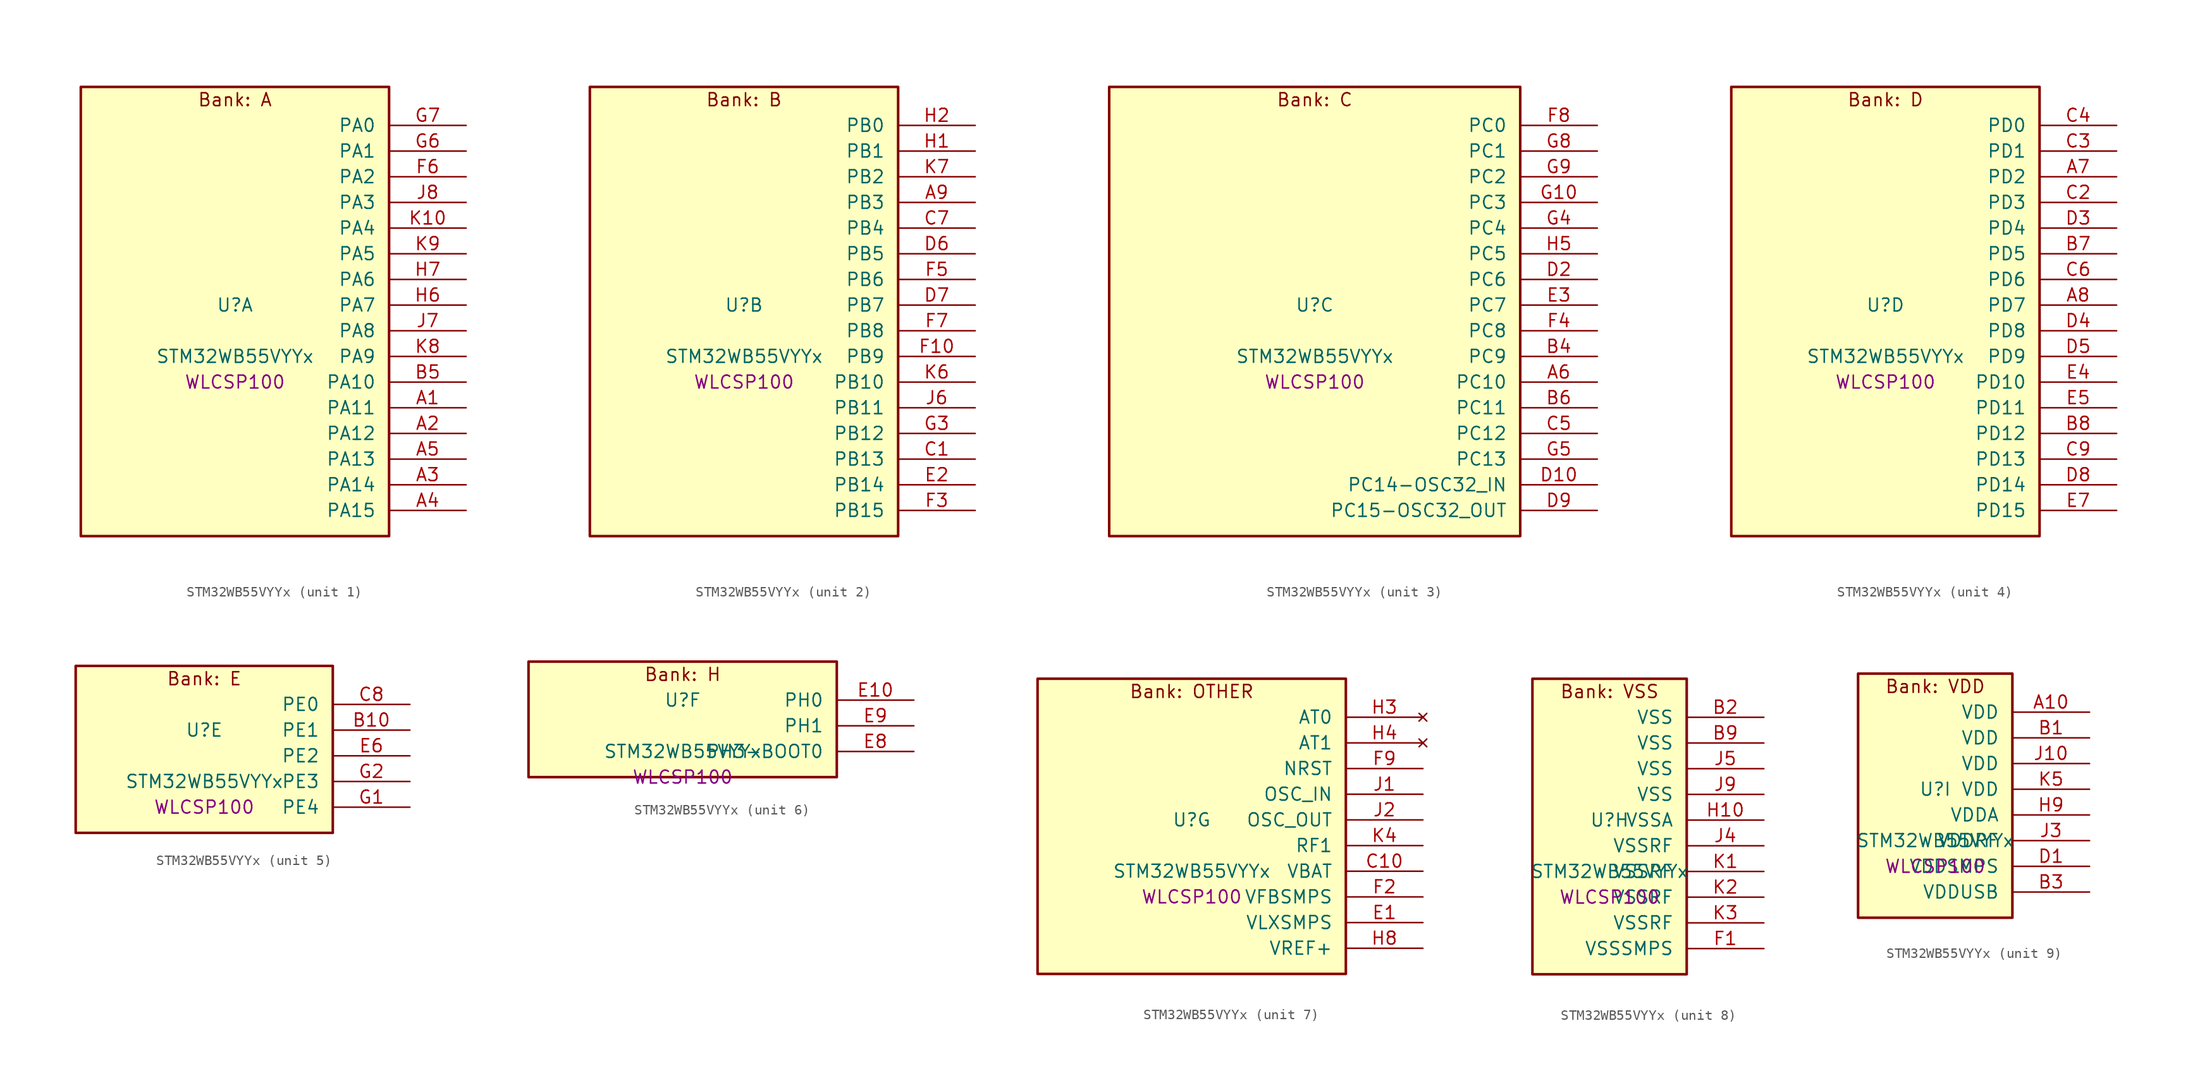
<source format=kicad_sym>
(kicad_symbol_lib
  (version 20241209)
  (generator "stm32_pkl_generator")
  (generator_version "1.0")
  (symbol "STM32WB55VYYx"
    (pin_names
      (offset 1.27))
    (property "Reference" "U"
      (at 0 2.54 0))
    (property "Value" "STM32WB55VYYx"
      (at 0 -2.54 0))
    (property "Footprint" "WLCSP100"
      (at 0 -5.08 0))
    (symbol "STM32WB55VYYx_1_1"
      (rectangle (start -15.24 24.13) (end 15.24 -20.32) (stroke (width 0.254) (type solid)) (fill (type background)))
      (text "Bank: A" (at 0 22.86 0))
      (pin bidirectional line (at 22.86 20.32 180) (length 7.62) (name "PA0") (number "G7") (alternate "PA0/ADC1_IN5" bidirectional line) (alternate "PA0/COMP1_INM" bidirectional line) (alternate "PA0/COMP1_OUT" bidirectional line) (alternate "PA0/RTC_TAMP2" bidirectional line) (alternate "PA0/SAI1_EXTCLK" bidirectional line) (alternate "PA0/SYS_WKUP1" bidirectional line) (alternate "PA0/TIM2_CH1" bidirectional line) (alternate "PA0/TIM2_ETR" bidirectional line))
      (pin bidirectional line (at 22.86 17.78 180) (length 7.62) (name "PA1") (number "G6") (alternate "PA1/ADC1_IN6" bidirectional line) (alternate "PA1/COMP1_INP" bidirectional line) (alternate "PA1/I2C1_SMBA" bidirectional line) (alternate "PA1/LCD_SEG0" bidirectional line) (alternate "PA1/SPI1_SCK" bidirectional line) (alternate "PA1/TIM2_CH2" bidirectional line))
      (pin bidirectional line (at 22.86 15.24 180) (length 7.62) (name "PA2") (number "F6") (alternate "PA2/ADC1_IN7" bidirectional line) (alternate "PA2/COMP2_INM" bidirectional line) (alternate "PA2/COMP2_OUT" bidirectional line) (alternate "PA2/LCD_SEG1" bidirectional line) (alternate "PA2/LPUART1_TX" bidirectional line) (alternate "PA2/QUADSPI_BK1_NCS" bidirectional line) (alternate "PA2/RCC_LSCO" bidirectional line) (alternate "PA2/SYS_WKUP4" bidirectional line) (alternate "PA2/TIM2_CH3" bidirectional line))
      (pin bidirectional line (at 22.86 12.7 180) (length 7.62) (name "PA3") (number "J8") (alternate "PA3/ADC1_IN8" bidirectional line) (alternate "PA3/COMP2_INP" bidirectional line) (alternate "PA3/LCD_SEG2" bidirectional line) (alternate "PA3/LPUART1_RX" bidirectional line) (alternate "PA3/QUADSPI_CLK" bidirectional line) (alternate "PA3/SAI1_CK1" bidirectional line) (alternate "PA3/SAI1_MCLK_A" bidirectional line) (alternate "PA3/TIM2_CH4" bidirectional line))
      (pin bidirectional line (at 22.86 10.16 180) (length 7.62) (name "PA4") (number "K10") (alternate "PA4/ADC1_IN9" bidirectional line) (alternate "PA4/COMP1_INM" bidirectional line) (alternate "PA4/COMP2_INM" bidirectional line) (alternate "PA4/LCD_SEG5" bidirectional line) (alternate "PA4/LPTIM2_OUT" bidirectional line) (alternate "PA4/SAI1_FS_B" bidirectional line) (alternate "PA4/SPI1_NSS" bidirectional line))
      (pin bidirectional line (at 22.86 7.62 180) (length 7.62) (name "PA5") (number "K9") (alternate "PA5/ADC1_IN10" bidirectional line) (alternate "PA5/COMP1_INM" bidirectional line) (alternate "PA5/COMP2_INM" bidirectional line) (alternate "PA5/LPTIM2_ETR" bidirectional line) (alternate "PA5/SAI1_SD_B" bidirectional line) (alternate "PA5/SPI1_SCK" bidirectional line) (alternate "PA5/TIM2_CH1" bidirectional line) (alternate "PA5/TIM2_ETR" bidirectional line))
      (pin bidirectional line (at 22.86 5.08 180) (length 7.62) (name "PA6") (number "H7") (alternate "PA6/ADC1_IN11" bidirectional line) (alternate "PA6/LCD_SEG3" bidirectional line) (alternate "PA6/LPUART1_CTS" bidirectional line) (alternate "PA6/QUADSPI_BK1_IO3" bidirectional line) (alternate "PA6/SPI1_MISO" bidirectional line) (alternate "PA6/TIM16_CH1" bidirectional line) (alternate "PA6/TIM1_BKIN" bidirectional line))
      (pin bidirectional line (at 22.86 2.54 180) (length 7.62) (name "PA7") (number "H6") (alternate "PA7/ADC1_IN12" bidirectional line) (alternate "PA7/COMP2_OUT" bidirectional line) (alternate "PA7/I2C3_SCL" bidirectional line) (alternate "PA7/LCD_SEG4" bidirectional line) (alternate "PA7/QUADSPI_BK1_IO2" bidirectional line) (alternate "PA7/SPI1_MOSI" bidirectional line) (alternate "PA7/TIM17_CH1" bidirectional line) (alternate "PA7/TIM1_CH1N" bidirectional line))
      (pin bidirectional line (at 22.86 0 180) (length 7.62) (name "PA8") (number "J7") (alternate "PA8/ADC1_IN15" bidirectional line) (alternate "PA8/LCD_COM0" bidirectional line) (alternate "PA8/LPTIM2_OUT" bidirectional line) (alternate "PA8/RCC_MCO" bidirectional line) (alternate "PA8/SAI1_CK2" bidirectional line) (alternate "PA8/SAI1_SCK_A" bidirectional line) (alternate "PA8/TIM1_CH1" bidirectional line) (alternate "PA8/USART1_CK" bidirectional line))
      (pin bidirectional line (at 22.86 -2.54 180) (length 7.62) (name "PA9") (number "K8") (alternate "PA9/ADC1_IN16" bidirectional line) (alternate "PA9/COMP1_INM" bidirectional line) (alternate "PA9/I2C1_SCL" bidirectional line) (alternate "PA9/LCD_COM1" bidirectional line) (alternate "PA9/SAI1_D2" bidirectional line) (alternate "PA9/SAI1_FS_A" bidirectional line) (alternate "PA9/SPI2_SCK" bidirectional line) (alternate "PA9/TIM1_CH2" bidirectional line) (alternate "PA9/USART1_TX" bidirectional line))
      (pin bidirectional line (at 22.86 -5.08 180) (length 7.62) (name "PA10") (number "B5") (alternate "PA10/CRS_SYNC" bidirectional line) (alternate "PA10/I2C1_SDA" bidirectional line) (alternate "PA10/LCD_COM2" bidirectional line) (alternate "PA10/SAI1_D1" bidirectional line) (alternate "PA10/SAI1_SD_A" bidirectional line) (alternate "PA10/TIM17_BKIN" bidirectional line) (alternate "PA10/TIM1_CH3" bidirectional line) (alternate "PA10/USART1_RX" bidirectional line))
      (pin bidirectional line (at 22.86 -7.62 180) (length 7.62) (name "PA11") (number "A1") (alternate "PA11/ADC1_EXTI11" bidirectional line) (alternate "PA11/SPI1_MISO" bidirectional line) (alternate "PA11/TIM1_BKIN2" bidirectional line) (alternate "PA11/TIM1_CH4" bidirectional line) (alternate "PA11/USART1_CTS" bidirectional line) (alternate "PA11/USART1_NSS" bidirectional line) (alternate "PA11/USB_DM" bidirectional line))
      (pin bidirectional line (at 22.86 -10.16 180) (length 7.62) (name "PA12") (number "A2") (alternate "PA12/LPUART1_RX" bidirectional line) (alternate "PA12/SPI1_MOSI" bidirectional line) (alternate "PA12/TIM1_ETR" bidirectional line) (alternate "PA12/USART1_DE" bidirectional line) (alternate "PA12/USART1_RTS" bidirectional line) (alternate "PA12/USB_DP" bidirectional line))
      (pin bidirectional line (at 22.86 -12.7 180) (length 7.62) (name "PA13") (number "A5") (alternate "PA13/IR_OUT" bidirectional line) (alternate "PA13/SAI1_SD_B" bidirectional line) (alternate "PA13/SYS_JTMS-SWDIO" bidirectional line) (alternate "PA13/USB_NOE" bidirectional line))
      (pin bidirectional line (at 22.86 -15.24 180) (length 7.62) (name "PA14") (number "A3") (alternate "PA14/I2C1_SMBA" bidirectional line) (alternate "PA14/LCD_SEG5" bidirectional line) (alternate "PA14/LPTIM1_OUT" bidirectional line) (alternate "PA14/SAI1_FS_B" bidirectional line) (alternate "PA14/SYS_JTCK-SWCLK" bidirectional line))
      (pin bidirectional line (at 22.86 -17.78 180) (length 7.62) (name "PA15") (number "A4") (alternate "PA15/ADC1_EXTI15" bidirectional line) (alternate "PA15/LCD_SEG17" bidirectional line) (alternate "PA15/RCC_MCO" bidirectional line) (alternate "PA15/SPI1_NSS" bidirectional line) (alternate "PA15/SYS_JTDI" bidirectional line) (alternate "PA15/TIM2_CH1" bidirectional line) (alternate "PA15/TIM2_ETR" bidirectional line) (alternate "PA15/TSC_G3_IO1" bidirectional line)))
    (symbol "STM32WB55VYYx_2_1"
      (rectangle (start -15.24 24.13) (end 15.24 -20.32) (stroke (width 0.254) (type solid)) (fill (type background)))
      (text "Bank: B" (at 0 22.86 0))
      (pin bidirectional line (at 22.86 20.32 180) (length 7.62) (name "PB0") (number "H2") (alternate "PB0/COMP1_OUT" bidirectional line) (alternate "PB0/RF_TX_MOD_EXT_PA" bidirectional line))
      (pin bidirectional line (at 22.86 17.78 180) (length 7.62) (name "PB1") (number "H1") (alternate "PB1/LPTIM2_IN1" bidirectional line) (alternate "PB1/LPUART1_DE" bidirectional line) (alternate "PB1/LPUART1_RTS" bidirectional line))
      (pin bidirectional line (at 22.86 15.24 180) (length 7.62) (name "PB2") (number "K7") (alternate "PB2/COMP1_INP" bidirectional line) (alternate "PB2/I2C3_SMBA" bidirectional line) (alternate "PB2/LCD_VLCD" bidirectional line) (alternate "PB2/LPTIM1_OUT" bidirectional line) (alternate "PB2/RTC_OUT2" bidirectional line) (alternate "PB2/SAI1_EXTCLK" bidirectional line) (alternate "PB2/SPI1_NSS" bidirectional line))
      (pin bidirectional line (at 22.86 12.7 180) (length 7.62) (name "PB3") (number "A9") (alternate "PB3/COMP2_INM" bidirectional line) (alternate "PB3/LCD_SEG7" bidirectional line) (alternate "PB3/SAI1_SCK_B" bidirectional line) (alternate "PB3/SPI1_SCK" bidirectional line) (alternate "PB3/SYS_JTDO-SWO" bidirectional line) (alternate "PB3/TIM2_CH2" bidirectional line) (alternate "PB3/USART1_DE" bidirectional line) (alternate "PB3/USART1_RTS" bidirectional line))
      (pin bidirectional line (at 22.86 10.16 180) (length 7.62) (name "PB4") (number "C7") (alternate "PB4/COMP2_INP" bidirectional line) (alternate "PB4/I2C3_SDA" bidirectional line) (alternate "PB4/LCD_SEG8" bidirectional line) (alternate "PB4/SAI1_MCLK_B" bidirectional line) (alternate "PB4/SPI1_MISO" bidirectional line) (alternate "PB4/SYS_JTRST" bidirectional line) (alternate "PB4/TIM17_BKIN" bidirectional line) (alternate "PB4/TSC_G2_IO1" bidirectional line) (alternate "PB4/USART1_CTS" bidirectional line) (alternate "PB4/USART1_NSS" bidirectional line))
      (pin bidirectional line (at 22.86 7.62 180) (length 7.62) (name "PB5") (number "D6") (alternate "PB5/COMP2_OUT" bidirectional line) (alternate "PB5/I2C1_SMBA" bidirectional line) (alternate "PB5/LCD_SEG9" bidirectional line) (alternate "PB5/LPTIM1_IN1" bidirectional line) (alternate "PB5/LPUART1_TX" bidirectional line) (alternate "PB5/SAI1_SD_B" bidirectional line) (alternate "PB5/SPI1_MOSI" bidirectional line) (alternate "PB5/TIM16_BKIN" bidirectional line) (alternate "PB5/TSC_G2_IO2" bidirectional line) (alternate "PB5/USART1_CK" bidirectional line))
      (pin bidirectional line (at 22.86 5.08 180) (length 7.62) (name "PB6") (number "F5") (alternate "PB6/COMP2_INP" bidirectional line) (alternate "PB6/I2C1_SCL" bidirectional line) (alternate "PB6/LCD_SEG6" bidirectional line) (alternate "PB6/LPTIM1_ETR" bidirectional line) (alternate "PB6/RCC_MCO" bidirectional line) (alternate "PB6/SAI1_FS_B" bidirectional line) (alternate "PB6/TIM16_CH1N" bidirectional line) (alternate "PB6/TSC_G2_IO3" bidirectional line) (alternate "PB6/USART1_TX" bidirectional line))
      (pin bidirectional line (at 22.86 2.54 180) (length 7.62) (name "PB7") (number "D7") (alternate "PB7/COMP2_INM" bidirectional line) (alternate "PB7/I2C1_SDA" bidirectional line) (alternate "PB7/LCD_SEG21" bidirectional line) (alternate "PB7/LPTIM1_IN2" bidirectional line) (alternate "PB7/SYS_PVD_IN" bidirectional line) (alternate "PB7/TIM17_CH1N" bidirectional line) (alternate "PB7/TIM1_BKIN" bidirectional line) (alternate "PB7/TSC_G2_IO4" bidirectional line) (alternate "PB7/USART1_RX" bidirectional line))
      (pin bidirectional line (at 22.86 0 180) (length 7.62) (name "PB8") (number "F7") (alternate "PB8/I2C1_SCL" bidirectional line) (alternate "PB8/LCD_SEG16" bidirectional line) (alternate "PB8/QUADSPI_BK1_IO1" bidirectional line) (alternate "PB8/SAI1_CK1" bidirectional line) (alternate "PB8/SAI1_MCLK_A" bidirectional line) (alternate "PB8/TIM16_CH1" bidirectional line) (alternate "PB8/TIM1_CH2N" bidirectional line))
      (pin bidirectional line (at 22.86 -2.54 180) (length 7.62) (name "PB9") (number "F10") (alternate "PB9/I2C1_SDA" bidirectional line) (alternate "PB9/IR_OUT" bidirectional line) (alternate "PB9/LCD_COM3" bidirectional line) (alternate "PB9/QUADSPI_BK1_IO0" bidirectional line) (alternate "PB9/SAI1_D2" bidirectional line) (alternate "PB9/SAI1_FS_A" bidirectional line) (alternate "PB9/SPI2_NSS" bidirectional line) (alternate "PB9/TIM17_CH1" bidirectional line) (alternate "PB9/TIM1_CH3N" bidirectional line) (alternate "PB9/TSC_G7_IO4" bidirectional line))
      (pin bidirectional line (at 22.86 -5.08 180) (length 7.62) (name "PB10") (number "K6") (alternate "PB10/COMP1_OUT" bidirectional line) (alternate "PB10/I2C3_SCL" bidirectional line) (alternate "PB10/LCD_SEG10" bidirectional line) (alternate "PB10/LPUART1_RX" bidirectional line) (alternate "PB10/QUADSPI_CLK" bidirectional line) (alternate "PB10/SAI1_SCK_A" bidirectional line) (alternate "PB10/SPI2_SCK" bidirectional line) (alternate "PB10/TIM2_CH3" bidirectional line) (alternate "PB10/TSC_SYNC" bidirectional line))
      (pin bidirectional line (at 22.86 -7.62 180) (length 7.62) (name "PB11") (number "J6") (alternate "PB11/ADC1_EXTI11" bidirectional line) (alternate "PB11/COMP2_OUT" bidirectional line) (alternate "PB11/I2C3_SDA" bidirectional line) (alternate "PB11/LCD_SEG11" bidirectional line) (alternate "PB11/LPUART1_TX" bidirectional line) (alternate "PB11/QUADSPI_BK1_NCS" bidirectional line) (alternate "PB11/TIM2_CH4" bidirectional line))
      (pin bidirectional line (at 22.86 -10.16 180) (length 7.62) (name "PB12") (number "G3") (alternate "PB12/I2C3_SMBA" bidirectional line) (alternate "PB12/LCD_SEG12" bidirectional line) (alternate "PB12/LPUART1_DE" bidirectional line) (alternate "PB12/LPUART1_RTS" bidirectional line) (alternate "PB12/SAI1_FS_A" bidirectional line) (alternate "PB12/SPI2_NSS" bidirectional line) (alternate "PB12/TIM1_BKIN" bidirectional line) (alternate "PB12/TSC_G1_IO1" bidirectional line))
      (pin bidirectional line (at 22.86 -12.7 180) (length 7.62) (name "PB13") (number "C1") (alternate "PB13/I2C3_SCL" bidirectional line) (alternate "PB13/LCD_SEG13" bidirectional line) (alternate "PB13/LPUART1_CTS" bidirectional line) (alternate "PB13/SAI1_SCK_A" bidirectional line) (alternate "PB13/SPI2_SCK" bidirectional line) (alternate "PB13/TIM1_CH1N" bidirectional line) (alternate "PB13/TSC_G1_IO2" bidirectional line))
      (pin bidirectional line (at 22.86 -15.24 180) (length 7.62) (name "PB14") (number "E2") (alternate "PB14/I2C3_SDA" bidirectional line) (alternate "PB14/LCD_SEG14" bidirectional line) (alternate "PB14/SAI1_MCLK_A" bidirectional line) (alternate "PB14/SPI2_MISO" bidirectional line) (alternate "PB14/TIM1_CH2N" bidirectional line) (alternate "PB14/TSC_G1_IO3" bidirectional line))
      (pin bidirectional line (at 22.86 -17.78 180) (length 7.62) (name "PB15") (number "F3") (alternate "PB15/ADC1_EXTI15" bidirectional line) (alternate "PB15/LCD_SEG15" bidirectional line) (alternate "PB15/RTC_REFIN" bidirectional line) (alternate "PB15/SAI1_SD_A" bidirectional line) (alternate "PB15/SPI2_MOSI" bidirectional line) (alternate "PB15/TIM1_CH3N" bidirectional line) (alternate "PB15/TSC_G1_IO4" bidirectional line)))
    (symbol "STM32WB55VYYx_3_1"
      (rectangle (start -20.32 24.13) (end 20.32 -20.32) (stroke (width 0.254) (type solid)) (fill (type background)))
      (text "Bank: C" (at 0 22.86 0))
      (pin bidirectional line (at 27.94 20.32 180) (length 7.62) (name "PC0") (number "F8") (alternate "PC0/ADC1_IN1" bidirectional line) (alternate "PC0/I2C3_SCL" bidirectional line) (alternate "PC0/LCD_SEG18" bidirectional line) (alternate "PC0/LPTIM1_IN1" bidirectional line) (alternate "PC0/LPTIM2_IN1" bidirectional line) (alternate "PC0/LPUART1_RX" bidirectional line))
      (pin bidirectional line (at 27.94 17.78 180) (length 7.62) (name "PC1") (number "G8") (alternate "PC1/ADC1_IN2" bidirectional line) (alternate "PC1/I2C3_SDA" bidirectional line) (alternate "PC1/LCD_SEG19" bidirectional line) (alternate "PC1/LPTIM1_OUT" bidirectional line) (alternate "PC1/LPUART1_TX" bidirectional line) (alternate "PC1/SPI2_MOSI" bidirectional line))
      (pin bidirectional line (at 27.94 15.24 180) (length 7.62) (name "PC2") (number "G9") (alternate "PC2/ADC1_IN3" bidirectional line) (alternate "PC2/LCD_SEG20" bidirectional line) (alternate "PC2/LPTIM1_IN2" bidirectional line) (alternate "PC2/SPI2_MISO" bidirectional line))
      (pin bidirectional line (at 27.94 12.7 180) (length 7.62) (name "PC3") (number "G10") (alternate "PC3/ADC1_IN4" bidirectional line) (alternate "PC3/LCD_VLCD" bidirectional line) (alternate "PC3/LPTIM1_ETR" bidirectional line) (alternate "PC3/LPTIM2_ETR" bidirectional line) (alternate "PC3/SAI1_D1" bidirectional line) (alternate "PC3/SAI1_SD_A" bidirectional line) (alternate "PC3/SPI2_MOSI" bidirectional line))
      (pin bidirectional line (at 27.94 10.16 180) (length 7.62) (name "PC4") (number "G4") (alternate "PC4/ADC1_IN13" bidirectional line) (alternate "PC4/COMP1_INM" bidirectional line) (alternate "PC4/LCD_SEG22" bidirectional line))
      (pin bidirectional line (at 27.94 7.62 180) (length 7.62) (name "PC5") (number "H5") (alternate "PC5/ADC1_IN14" bidirectional line) (alternate "PC5/COMP1_INP" bidirectional line) (alternate "PC5/LCD_SEG23" bidirectional line) (alternate "PC5/SAI1_D3" bidirectional line) (alternate "PC5/SYS_WKUP5" bidirectional line))
      (pin bidirectional line (at 27.94 5.08 180) (length 7.62) (name "PC6") (number "D2") (alternate "PC6/LCD_SEG24" bidirectional line) (alternate "PC6/TSC_G4_IO1" bidirectional line))
      (pin bidirectional line (at 27.94 2.54 180) (length 7.62) (name "PC7") (number "E3") (alternate "PC7/LCD_SEG25" bidirectional line) (alternate "PC7/TSC_G4_IO2" bidirectional line))
      (pin bidirectional line (at 27.94 0 180) (length 7.62) (name "PC8") (number "F4") (alternate "PC8/LCD_SEG26" bidirectional line) (alternate "PC8/TSC_G4_IO3" bidirectional line))
      (pin bidirectional line (at 27.94 -2.54 180) (length 7.62) (name "PC9") (number "B4") (alternate "PC9/LCD_SEG27" bidirectional line) (alternate "PC9/SAI1_SCK_B" bidirectional line) (alternate "PC9/TIM1_BKIN" bidirectional line) (alternate "PC9/TSC_G4_IO4" bidirectional line) (alternate "PC9/USB_NOE" bidirectional line))
      (pin bidirectional line (at 27.94 -5.08 180) (length 7.62) (name "PC10") (number "A6") (alternate "PC10/LCD_COM4" bidirectional line) (alternate "PC10/LCD_SEG28" bidirectional line) (alternate "PC10/LCD_SEG40" bidirectional line) (alternate "PC10/SYS_TRACED1" bidirectional line) (alternate "PC10/TSC_G3_IO2" bidirectional line))
      (pin bidirectional line (at 27.94 -7.62 180) (length 7.62) (name "PC11") (number "B6") (alternate "PC11/ADC1_EXTI11" bidirectional line) (alternate "PC11/LCD_COM5" bidirectional line) (alternate "PC11/LCD_SEG29" bidirectional line) (alternate "PC11/LCD_SEG41" bidirectional line) (alternate "PC11/TSC_G3_IO3" bidirectional line))
      (pin bidirectional line (at 27.94 -10.16 180) (length 7.62) (name "PC12") (number "C5") (alternate "PC12/LCD_COM6" bidirectional line) (alternate "PC12/LCD_SEG30" bidirectional line) (alternate "PC12/LCD_SEG42" bidirectional line) (alternate "PC12/RCC_LSCO" bidirectional line) (alternate "PC12/RTC_TAMP3" bidirectional line) (alternate "PC12/SYS_TRACED3" bidirectional line) (alternate "PC12/SYS_WKUP3" bidirectional line) (alternate "PC12/TSC_G3_IO4" bidirectional line))
      (pin bidirectional line (at 27.94 -12.7 180) (length 7.62) (name "PC13") (number "G5") (alternate "PC13/RTC_OUT1" bidirectional line) (alternate "PC13/RTC_TAMP1" bidirectional line) (alternate "PC13/RTC_TS" bidirectional line) (alternate "PC13/SYS_WKUP2" bidirectional line))
      (pin bidirectional line (at 27.94 -15.24 180) (length 7.62) (name "PC14-OSC32_IN") (number "D10") (alternate "PC14-OSC32_IN/RCC_OSC32_IN" bidirectional line))
      (pin bidirectional line (at 27.94 -17.78 180) (length 7.62) (name "PC15-OSC32_OUT") (number "D9") (alternate "PC15-OSC32_OUT/ADC1_EXTI15" bidirectional line) (alternate "PC15-OSC32_OUT/RCC_OSC32_OUT" bidirectional line)))
    (symbol "STM32WB55VYYx_4_1"
      (rectangle (start -15.24 24.13) (end 15.24 -20.32) (stroke (width 0.254) (type solid)) (fill (type background)))
      (text "Bank: D" (at 0 22.86 0))
      (pin bidirectional line (at 22.86 20.32 180) (length 7.62) (name "PD0") (number "C4") (alternate "PD0/SPI2_NSS" bidirectional line))
      (pin bidirectional line (at 22.86 17.78 180) (length 7.62) (name "PD1") (number "C3") (alternate "PD1/SPI2_SCK" bidirectional line))
      (pin bidirectional line (at 22.86 15.24 180) (length 7.62) (name "PD2") (number "A7") (alternate "PD2/LCD_COM7" bidirectional line) (alternate "PD2/LCD_SEG31" bidirectional line) (alternate "PD2/LCD_SEG43" bidirectional line) (alternate "PD2/SYS_TRACED2" bidirectional line) (alternate "PD2/TSC_SYNC" bidirectional line))
      (pin bidirectional line (at 22.86 12.7 180) (length 7.62) (name "PD3") (number "C2") (alternate "PD3/QUADSPI_BK1_NCS" bidirectional line) (alternate "PD3/SPI2_MISO" bidirectional line) (alternate "PD3/SPI2_SCK" bidirectional line))
      (pin bidirectional line (at 22.86 10.16 180) (length 7.62) (name "PD4") (number "D3") (alternate "PD4/QUADSPI_BK1_IO0" bidirectional line) (alternate "PD4/SPI2_MOSI" bidirectional line) (alternate "PD4/TSC_G5_IO1" bidirectional line))
      (pin bidirectional line (at 22.86 7.62 180) (length 7.62) (name "PD5") (number "B7") (alternate "PD5/QUADSPI_BK1_IO1" bidirectional line) (alternate "PD5/SAI1_MCLK_B" bidirectional line) (alternate "PD5/TSC_G5_IO2" bidirectional line))
      (pin bidirectional line (at 22.86 5.08 180) (length 7.62) (name "PD6") (number "C6") (alternate "PD6/QUADSPI_BK1_IO2" bidirectional line) (alternate "PD6/SAI1_D1" bidirectional line) (alternate "PD6/SAI1_SD_A" bidirectional line) (alternate "PD6/TSC_G5_IO3" bidirectional line))
      (pin bidirectional line (at 22.86 2.54 180) (length 7.62) (name "PD7") (number "A8") (alternate "PD7/LCD_SEG39" bidirectional line) (alternate "PD7/QUADSPI_BK1_IO3" bidirectional line) (alternate "PD7/TSC_G5_IO4" bidirectional line))
      (pin bidirectional line (at 22.86 0 180) (length 7.62) (name "PD8") (number "D4") (alternate "PD8/LCD_SEG28" bidirectional line) (alternate "PD8/TIM1_BKIN2" bidirectional line))
      (pin bidirectional line (at 22.86 -2.54 180) (length 7.62) (name "PD9") (number "D5") (alternate "PD9/LCD_SEG29" bidirectional line) (alternate "PD9/SYS_TRACED0" bidirectional line))
      (pin bidirectional line (at 22.86 -5.08 180) (length 7.62) (name "PD10") (number "E4") (alternate "PD10/LCD_SEG30" bidirectional line) (alternate "PD10/SYS_TRIG_INOUT" bidirectional line) (alternate "PD10/TSC_G6_IO1" bidirectional line))
      (pin bidirectional line (at 22.86 -7.62 180) (length 7.62) (name "PD11") (number "E5") (alternate "PD11/ADC1_EXTI11" bidirectional line) (alternate "PD11/LCD_SEG31" bidirectional line) (alternate "PD11/LPTIM2_ETR" bidirectional line) (alternate "PD11/TSC_G6_IO2" bidirectional line))
      (pin bidirectional line (at 22.86 -10.16 180) (length 7.62) (name "PD12") (number "B8") (alternate "PD12/LCD_SEG32" bidirectional line) (alternate "PD12/LPTIM2_IN1" bidirectional line) (alternate "PD12/TSC_G6_IO3" bidirectional line))
      (pin bidirectional line (at 22.86 -12.7 180) (length 7.62) (name "PD13") (number "C9") (alternate "PD13/LCD_SEG33" bidirectional line) (alternate "PD13/LPTIM2_OUT" bidirectional line) (alternate "PD13/TSC_G6_IO4" bidirectional line))
      (pin bidirectional line (at 22.86 -15.24 180) (length 7.62) (name "PD14") (number "D8") (alternate "PD14/LCD_SEG34" bidirectional line) (alternate "PD14/TIM1_CH1" bidirectional line))
      (pin bidirectional line (at 22.86 -17.78 180) (length 7.62) (name "PD15") (number "E7") (alternate "PD15/ADC1_EXTI15" bidirectional line) (alternate "PD15/LCD_SEG35" bidirectional line) (alternate "PD15/TIM1_CH2" bidirectional line)))
    (symbol "STM32WB55VYYx_5_1"
      (rectangle (start -12.7 8.89) (end 12.7 -7.62) (stroke (width 0.254) (type solid)) (fill (type background)))
      (text "Bank: E" (at 0 7.62 0))
      (pin bidirectional line (at 20.32 5.08 180) (length 7.62) (name "PE0") (number "C8") (alternate "PE0/LCD_SEG36" bidirectional line) (alternate "PE0/TIM16_CH1" bidirectional line) (alternate "PE0/TIM1_ETR" bidirectional line) (alternate "PE0/TSC_G7_IO3" bidirectional line))
      (pin bidirectional line (at 20.32 2.54 180) (length 7.62) (name "PE1") (number "B10") (alternate "PE1/LCD_SEG37" bidirectional line) (alternate "PE1/TIM17_CH1" bidirectional line) (alternate "PE1/TSC_G7_IO2" bidirectional line))
      (pin bidirectional line (at 20.32 0 180) (length 7.62) (name "PE2") (number "E6") (alternate "PE2/LCD_SEG38" bidirectional line) (alternate "PE2/SAI1_CK1" bidirectional line) (alternate "PE2/SAI1_MCLK_A" bidirectional line) (alternate "PE2/SYS_TRACECLK" bidirectional line) (alternate "PE2/TSC_G7_IO1" bidirectional line))
      (pin bidirectional line (at 20.32 -2.54 180) (length 7.62) (name "PE3") (number "G2"))
      (pin bidirectional line (at 20.32 -5.08 180) (length 7.62) (name "PE4") (number "G1")))
    (symbol "STM32WB55VYYx_6_1"
      (rectangle (start -15.24 6.35) (end 15.24 -5.08) (stroke (width 0.254) (type solid)) (fill (type background)))
      (text "Bank: H" (at 0 5.08 0))
      (pin bidirectional line (at 22.86 2.54 180) (length 7.62) (name "PH0") (number "E10"))
      (pin bidirectional line (at 22.86 0 180) (length 7.62) (name "PH1") (number "E9"))
      (pin bidirectional line (at 22.86 -2.54 180) (length 7.62) (name "PH3-BOOT0") (number "E8") (alternate "PH3-BOOT0/RCC_LSCO" bidirectional line)))
    (symbol "STM32WB55VYYx_7_1"
      (rectangle (start -15.24 16.51) (end 15.24 -12.7) (stroke (width 0.254) (type solid)) (fill (type background)))
      (text "Bank: OTHER" (at 0 15.24 0))
      (pin no_connect line (at 22.86 12.7 180) (length 7.62) (name "AT0") (number "H3"))
      (pin no_connect line (at 22.86 10.16 180) (length 7.62) (name "AT1") (number "H4"))
      (pin input line (at 22.86 7.62 180) (length 7.62) (name "NRST") (number "F9"))
      (pin bidirectional line (at 22.86 5.08 180) (length 7.62) (name "OSC_IN") (number "J1") (alternate "OSC_IN/RCC_OSC_IN" bidirectional line))
      (pin bidirectional line (at 22.86 2.54 180) (length 7.62) (name "OSC_OUT") (number "J2") (alternate "OSC_OUT/RCC_OSC_OUT" bidirectional line))
      (pin bidirectional line (at 22.86 0 180) (length 7.62) (name "RF1") (number "K4") (alternate "RF1/RF_RF1" bidirectional line))
      (pin power_in line (at 22.86 -2.54 180) (length 7.62) (name "VBAT") (number "C10"))
      (pin power_in line (at 22.86 -5.08 180) (length 7.62) (name "VFBSMPS") (number "F2"))
      (pin power_in line (at 22.86 -7.62 180) (length 7.62) (name "VLXSMPS") (number "E1"))
      (pin bidirectional line (at 22.86 -10.16 180) (length 7.62) (name "VREF+") (number "H8") (alternate "VREF+/VREFBUF_OUT" bidirectional line)))
    (symbol "STM32WB55VYYx_8_1"
      (rectangle (start -7.62 16.51) (end 7.62 -12.7) (stroke (width 0.254) (type solid)) (fill (type background)))
      (text "Bank: VSS" (at 0 15.24 0))
      (pin power_in line (at 15.24 12.7 180) (length 7.62) (name "VSS") (number "B2"))
      (pin power_in line (at 15.24 10.16 180) (length 7.62) (name "VSS") (number "B9"))
      (pin power_in line (at 15.24 7.62 180) (length 7.62) (name "VSS") (number "J5"))
      (pin power_in line (at 15.24 5.08 180) (length 7.62) (name "VSS") (number "J9"))
      (pin power_in line (at 15.24 2.54 180) (length 7.62) (name "VSSA") (number "H10"))
      (pin power_in line (at 15.24 0 180) (length 7.62) (name "VSSRF") (number "J4"))
      (pin power_in line (at 15.24 -2.54 180) (length 7.62) (name "VSSRF") (number "K1"))
      (pin power_in line (at 15.24 -5.08 180) (length 7.62) (name "VSSRF") (number "K2"))
      (pin power_in line (at 15.24 -7.62 180) (length 7.62) (name "VSSRF") (number "K3"))
      (pin power_in line (at 15.24 -10.16 180) (length 7.62) (name "VSSSMPS") (number "F1")))
    (symbol "STM32WB55VYYx_9_1"
      (rectangle (start -7.62 13.97) (end 7.62 -10.16) (stroke (width 0.254) (type solid)) (fill (type background)))
      (text "Bank: VDD" (at 0 12.7 0))
      (pin power_in line (at 15.24 10.16 180) (length 7.62) (name "VDD") (number "A10"))
      (pin power_in line (at 15.24 7.62 180) (length 7.62) (name "VDD") (number "B1"))
      (pin power_in line (at 15.24 5.08 180) (length 7.62) (name "VDD") (number "J10"))
      (pin power_in line (at 15.24 2.54 180) (length 7.62) (name "VDD") (number "K5"))
      (pin power_in line (at 15.24 0 180) (length 7.62) (name "VDDA") (number "H9"))
      (pin power_in line (at 15.24 -2.54 180) (length 7.62) (name "VDDRF") (number "J3"))
      (pin power_in line (at 15.24 -5.08 180) (length 7.62) (name "VDDSMPS") (number "D1"))
      (pin power_in line (at 15.24 -7.62 180) (length 7.62) (name "VDDUSB") (number "B3")))))
</source>
